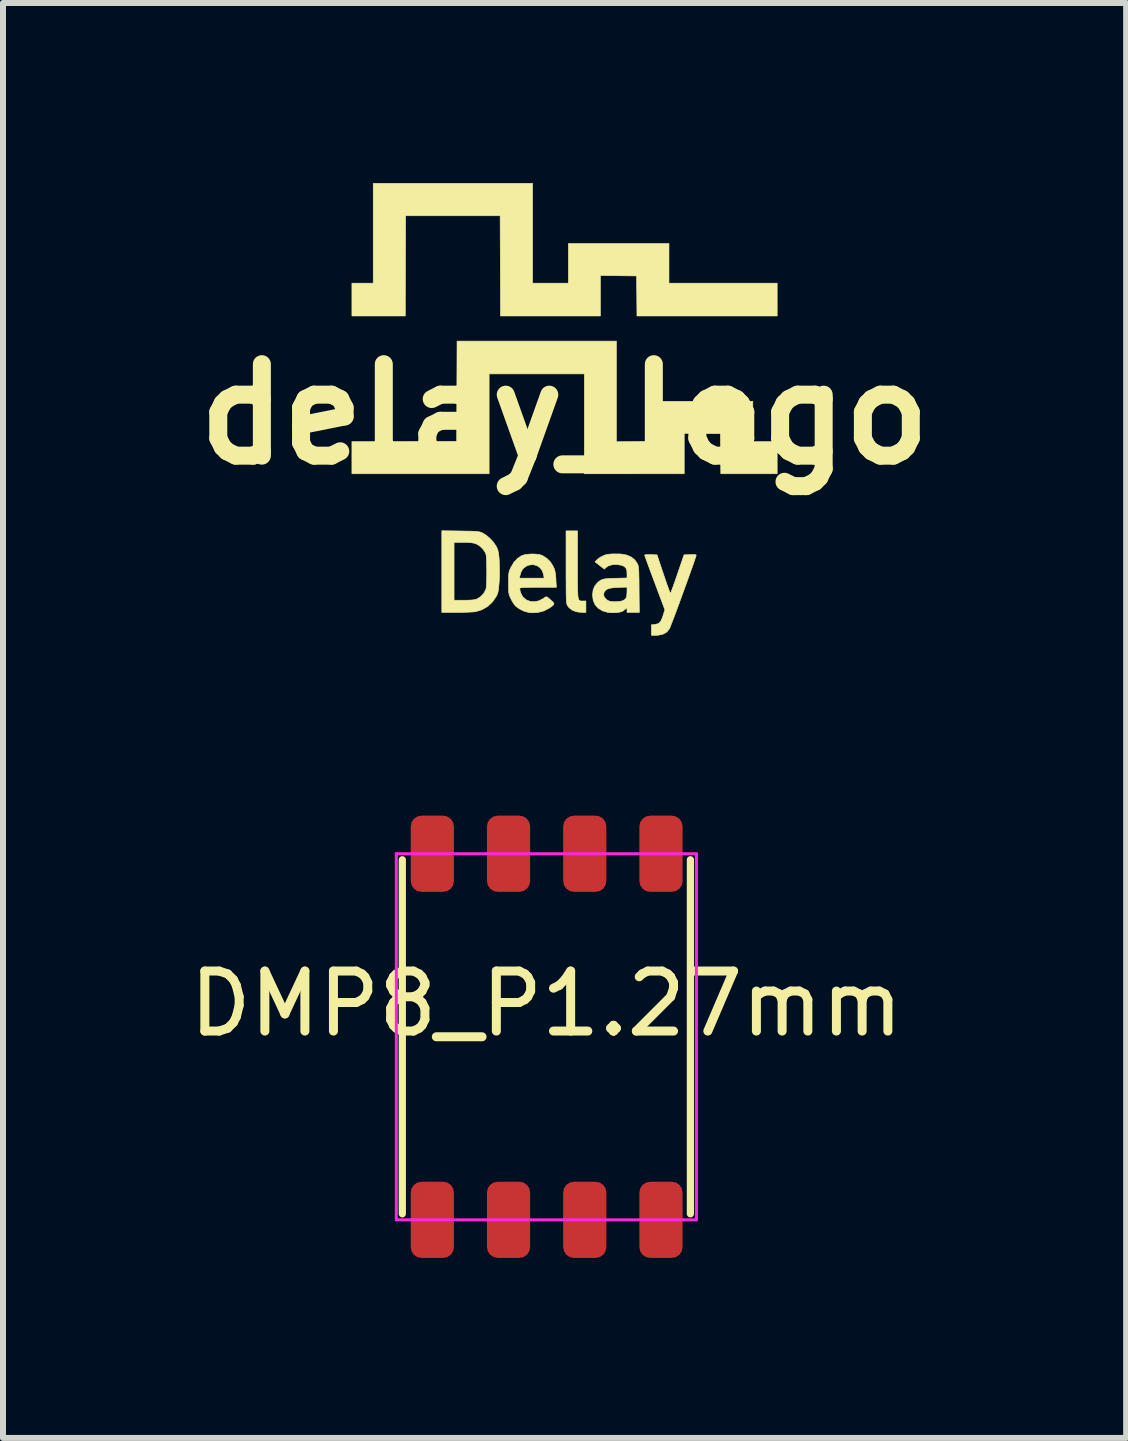
<source format=kicad_pcb>
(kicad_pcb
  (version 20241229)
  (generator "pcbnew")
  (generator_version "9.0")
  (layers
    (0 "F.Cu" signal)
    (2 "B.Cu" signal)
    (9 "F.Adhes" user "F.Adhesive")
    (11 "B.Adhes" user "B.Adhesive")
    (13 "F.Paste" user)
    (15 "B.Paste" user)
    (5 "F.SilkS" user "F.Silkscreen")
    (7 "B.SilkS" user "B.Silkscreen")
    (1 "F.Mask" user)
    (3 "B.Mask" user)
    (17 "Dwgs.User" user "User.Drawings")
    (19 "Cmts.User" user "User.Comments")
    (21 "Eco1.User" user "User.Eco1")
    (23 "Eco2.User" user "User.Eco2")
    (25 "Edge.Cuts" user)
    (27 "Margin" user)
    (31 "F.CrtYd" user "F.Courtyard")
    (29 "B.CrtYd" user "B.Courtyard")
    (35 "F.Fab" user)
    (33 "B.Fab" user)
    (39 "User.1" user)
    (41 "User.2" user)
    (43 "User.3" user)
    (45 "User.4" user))
  (footprint "delay_logo"
    (layer "F.Cu")
    (at 6.357 3.853)
    (property "Reference" "delay_logo" (at 0 0 0) (layer "F.SilkS") (effects (font (size 1.524 1.524) (thickness 0.3))))
    (attr through_hole)
    (fp_poly (pts (xy -0.533 -2.184) (xy 0.064 -2.184) (xy 0.064 -2.845) (xy 1.74 -2.845) (xy 1.74 -2.184) (xy 3.543 -2.184) (xy 3.543 -1.638) (xy 1.207 -1.638) (xy 1.204 -1.972) (xy 1.2 -2.305) (xy 0.597 -2.312) (xy 0.597 -1.638) (xy -1.067 -1.638) (xy -1.073 -3.308) (xy -2.648 -3.308) (xy -2.651 -2.473) (xy -2.654 -1.638) (xy -3.543 -1.638) (xy -3.543 -2.184) (xy -3.188 -2.184) (xy -3.188 -3.848) (xy -0.533 -3.848) (xy -0.533 -2.184)) (stroke (width 0.01) (type solid)) (fill yes) (layer "F.SilkS"))
    (fp_poly (pts (xy 0.864 0.458) (xy 1.454 0.451) (xy 1.458 0.117) (xy 1.461 -0.216) (xy 3.137 -0.216) (xy 3.137 0.457) (xy 3.543 0.457) (xy 3.543 0.991) (xy 2.604 0.991) (xy 2.601 0.657) (xy 2.597 0.324) (xy 1.994 0.317) (xy 1.994 0.991) (xy 0.33 0.991) (xy 0.33 -0.673) (xy -1.257 -0.673) (xy -1.257 0.991) (xy -3.543 0.991) (xy -3.543 0.457) (xy -2.67 0.454) (xy -1.797 0.451) (xy -1.791 -1.219) (xy 0.864 -1.219) (xy 0.864 0.458)) (stroke (width 0.01) (type solid)) (fill yes) (layer "F.SilkS"))
    (fp_poly (pts (xy 0.216 2.507) (xy 0.216 2.647) (xy 0.216 2.763) (xy 0.217 2.858) (xy 0.218 2.934) (xy 0.221 2.993) (xy 0.224 3.038) (xy 0.23 3.069) (xy 0.238 3.09) (xy 0.248 3.103) (xy 0.261 3.109) (xy 0.276 3.112) (xy 0.295 3.112) (xy 0.306 3.111) (xy 0.356 3.111) (xy 0.356 3.302) (xy 0.295 3.301) (xy 0.249 3.298) (xy 0.206 3.292) (xy 0.195 3.29) (xy 0.128 3.264) (xy 0.076 3.224) (xy 0.049 3.188) (xy 0.044 3.176) (xy 0.039 3.162) (xy 0.035 3.144) (xy 0.032 3.118) (xy 0.03 3.084) (xy 0.028 3.038) (xy 0.027 2.978) (xy 0.026 2.902) (xy 0.026 2.808) (xy 0.025 2.693) (xy 0.025 2.555) (xy 0.025 1.943) (xy 0.216 1.943) (xy 0.216 2.507)) (stroke (width 0.01) (type solid)) (fill yes) (layer "F.SilkS"))
    (fp_poly (pts (xy 2.176 2.339) (xy 2.191 2.343) (xy 2.193 2.351) (xy 2.19 2.365) (xy 2.175 2.41) (xy 2.154 2.472) (xy 2.127 2.549) (xy 2.095 2.638) (xy 2.06 2.736) (xy 2.023 2.839) (xy 1.984 2.946) (xy 1.945 3.053) (xy 1.907 3.158) (xy 1.87 3.257) (xy 1.836 3.348) (xy 1.806 3.427) (xy 1.781 3.492) (xy 1.762 3.54) (xy 1.75 3.569) (xy 1.748 3.574) (xy 1.703 3.629) (xy 1.642 3.664) (xy 1.565 3.681) (xy 1.526 3.683) (xy 1.448 3.683) (xy 1.448 3.509) (xy 1.506 3.502) (xy 1.549 3.493) (xy 1.58 3.476) (xy 1.605 3.445) (xy 1.627 3.397) (xy 1.642 3.353) (xy 1.672 3.257) (xy 1.503 2.807) (xy 1.465 2.705) (xy 1.43 2.611) (xy 1.399 2.527) (xy 1.373 2.456) (xy 1.353 2.401) (xy 1.34 2.363) (xy 1.334 2.346) (xy 1.334 2.346) (xy 1.345 2.342) (xy 1.376 2.339) (xy 1.421 2.339) (xy 1.437 2.339) (xy 1.541 2.343) (xy 1.648 2.664) (xy 1.677 2.749) (xy 1.703 2.826) (xy 1.727 2.891) (xy 1.745 2.941) (xy 1.758 2.973) (xy 1.764 2.985) (xy 1.77 2.973) (xy 1.783 2.94) (xy 1.802 2.89) (xy 1.825 2.825) (xy 1.852 2.749) (xy 1.881 2.664) (xy 1.991 2.343) (xy 2.095 2.339) (xy 2.146 2.338) (xy 2.176 2.339)) (stroke (width 0.01) (type solid)) (fill yes) (layer "F.SilkS"))
    (fp_poly (pts (xy -1.737 1.945) (xy -1.639 1.947) (xy -1.564 1.948) (xy -1.506 1.95) (xy -1.463 1.953) (xy -1.431 1.957) (xy -1.406 1.963) (xy -1.385 1.97) (xy -1.368 1.977) (xy -1.303 2.017) (xy -1.238 2.073) (xy -1.18 2.138) (xy -1.137 2.204) (xy -1.136 2.205) (xy -1.12 2.239) (xy -1.109 2.273) (xy -1.101 2.312) (xy -1.094 2.364) (xy -1.088 2.433) (xy -1.088 2.443) (xy -1.083 2.665) (xy -1.089 2.789) (xy -1.095 2.863) (xy -1.101 2.918) (xy -1.108 2.958) (xy -1.117 2.99) (xy -1.129 3.018) (xy -1.139 3.037) (xy -1.201 3.127) (xy -1.28 3.201) (xy -1.373 3.255) (xy -1.474 3.287) (xy -1.479 3.288) (xy -1.516 3.293) (xy -1.572 3.296) (xy -1.643 3.299) (xy -1.723 3.301) (xy -1.799 3.302) (xy -2.045 3.302) (xy -2.045 2.134) (xy -1.841 2.134) (xy -1.841 3.099) (xy -1.673 3.099) (xy -1.598 3.098) (xy -1.543 3.095) (xy -1.503 3.09) (xy -1.472 3.082) (xy -1.454 3.075) (xy -1.398 3.039) (xy -1.349 2.988) (xy -1.316 2.931) (xy -1.309 2.912) (xy -1.304 2.88) (xy -1.3 2.829) (xy -1.298 2.762) (xy -1.296 2.686) (xy -1.296 2.606) (xy -1.297 2.527) (xy -1.299 2.454) (xy -1.302 2.393) (xy -1.306 2.348) (xy -1.309 2.332) (xy -1.329 2.289) (xy -1.365 2.241) (xy -1.383 2.223) (xy -1.421 2.189) (xy -1.46 2.165) (xy -1.507 2.148) (xy -1.564 2.139) (xy -1.639 2.134) (xy -1.701 2.134) (xy -1.841 2.134) (xy -2.045 2.134) (xy -2.045 1.941) (xy -1.737 1.945)) (stroke (width 0.01) (type solid)) (fill yes) (layer "F.SilkS"))
    (fp_poly (pts (xy -0.469 2.331) (xy -0.409 2.34) (xy -0.368 2.354) (xy -0.291 2.405) (xy -0.233 2.463) (xy -0.191 2.531) (xy -0.172 2.572) (xy -0.16 2.611) (xy -0.152 2.654) (xy -0.146 2.712) (xy -0.144 2.746) (xy -0.136 2.883) (xy -0.435 2.883) (xy -0.532 2.883) (xy -0.613 2.885) (xy -0.677 2.887) (xy -0.72 2.89) (xy -0.741 2.894) (xy -0.743 2.895) (xy -0.745 2.919) (xy -0.737 2.956) (xy -0.721 2.998) (xy -0.699 3.037) (xy -0.689 3.049) (xy -0.636 3.094) (xy -0.571 3.119) (xy -0.5 3.124) (xy -0.426 3.108) (xy -0.355 3.071) (xy -0.345 3.064) (xy -0.325 3.049) (xy -0.309 3.042) (xy -0.293 3.044) (xy -0.272 3.058) (xy -0.24 3.086) (xy -0.207 3.116) (xy -0.184 3.139) (xy -0.176 3.158) (xy -0.185 3.177) (xy -0.212 3.2) (xy -0.25 3.227) (xy -0.342 3.276) (xy -0.445 3.303) (xy -0.55 3.308) (xy -0.6 3.302) (xy -0.674 3.281) (xy -0.747 3.246) (xy -0.807 3.203) (xy -0.817 3.194) (xy -0.842 3.163) (xy -0.871 3.118) (xy -0.894 3.073) (xy -0.91 3.04) (xy -0.921 3.011) (xy -0.928 2.981) (xy -0.931 2.946) (xy -0.933 2.898) (xy -0.933 2.831) (xy -0.933 2.813) (xy -0.933 2.742) (xy -0.933 2.731) (xy -0.751 2.731) (xy -0.34 2.731) (xy -0.348 2.677) (xy -0.37 2.609) (xy -0.409 2.557) (xy -0.461 2.521) (xy -0.523 2.506) (xy -0.589 2.512) (xy -0.635 2.53) (xy -0.686 2.566) (xy -0.721 2.619) (xy -0.743 2.689) (xy -0.751 2.731) (xy -0.933 2.731) (xy -0.932 2.69) (xy -0.929 2.652) (xy -0.923 2.622) (xy -0.913 2.593) (xy -0.898 2.561) (xy -0.894 2.553) (xy -0.844 2.467) (xy -0.783 2.402) (xy -0.719 2.359) (xy -0.672 2.342) (xy -0.609 2.332) (xy -0.539 2.328) (xy -0.469 2.331)) (stroke (width 0.01) (type solid)) (fill yes) (layer "F.SilkS"))
    (fp_poly (pts (xy 0.936 2.328) (xy 1.031 2.345) (xy 1.107 2.376) (xy 1.167 2.423) (xy 1.206 2.477) (xy 1.215 2.494) (xy 1.223 2.509) (xy 1.228 2.528) (xy 1.232 2.552) (xy 1.235 2.584) (xy 1.238 2.629) (xy 1.239 2.687) (xy 1.241 2.764) (xy 1.242 2.862) (xy 1.242 2.918) (xy 1.246 3.302) (xy 1.041 3.302) (xy 1.041 3.221) (xy 1.013 3.247) (xy 0.983 3.271) (xy 0.959 3.286) (xy 0.924 3.296) (xy 0.873 3.304) (xy 0.815 3.307) (xy 0.758 3.306) (xy 0.723 3.302) (xy 0.634 3.276) (xy 0.563 3.233) (xy 0.51 3.175) (xy 0.478 3.102) (xy 0.467 3.017) (xy 0.468 3.005) (xy 0.65 3.005) (xy 0.663 3.048) (xy 0.699 3.087) (xy 0.71 3.095) (xy 0.741 3.112) (xy 0.777 3.121) (xy 0.826 3.124) (xy 0.84 3.124) (xy 0.893 3.122) (xy 0.941 3.115) (xy 0.971 3.106) (xy 1.006 3.086) (xy 1.028 3.059) (xy 1.038 3.017) (xy 1.041 2.958) (xy 1.041 2.88) (xy 0.899 2.885) (xy 0.817 2.89) (xy 0.757 2.899) (xy 0.713 2.913) (xy 0.683 2.933) (xy 0.662 2.96) (xy 0.661 2.961) (xy 0.65 3.005) (xy 0.468 3.005) (xy 0.475 2.933) (xy 0.501 2.866) (xy 0.541 2.815) (xy 0.571 2.787) (xy 0.6 2.767) (xy 0.632 2.752) (xy 0.673 2.743) (xy 0.726 2.737) (xy 0.798 2.734) (xy 0.848 2.733) (xy 1.041 2.728) (xy 1.041 2.653) (xy 1.037 2.596) (xy 1.019 2.557) (xy 0.986 2.531) (xy 0.944 2.515) (xy 0.868 2.503) (xy 0.795 2.507) (xy 0.732 2.526) (xy 0.691 2.553) (xy 0.663 2.58) (xy 0.508 2.459) (xy 0.536 2.429) (xy 0.564 2.405) (xy 0.604 2.378) (xy 0.629 2.365) (xy 0.664 2.349) (xy 0.7 2.338) (xy 0.744 2.331) (xy 0.805 2.327) (xy 0.821 2.327) (xy 0.936 2.328)) (stroke (width 0.01) (type solid)) (fill yes) (layer "F.SilkS")))
  (footprint "DMP8_P1.27mm"
    (layer "F.Cu")
    (at 4.154 17.276)
    (property "Reference" "DMP8_P1.27mm" (at 1.9 -3.6 0) (unlocked yes) (layer "F.SilkS") (effects (font (size 1 1) (thickness 0.15))))
    (attr smd)
    (fp_line (start -0.5 -6) (end -0.5 -0.1) (stroke (width 0.12) (type default)) (layer "F.SilkS"))
    (fp_line (start 4.3 -6) (end 4.3 -0.1) (stroke (width 0.12) (type default)) (layer "F.SilkS"))
    (fp_line (start -0.6 -6.1) (end 4.4 -6.1) (stroke (width 0.05) (type default)) (layer "F.CrtYd"))
    (fp_line (start -0.6 0) (end -0.6 -6.1) (stroke (width 0.05) (type default)) (layer "F.CrtYd"))
    (fp_line (start 4.4 -6.1) (end 4.4 0) (stroke (width 0.05) (type default)) (layer "F.CrtYd"))
    (fp_line (start 4.4 0) (end -0.6 0) (stroke (width 0.05) (type default)) (layer "F.CrtYd"))
    (pad "1" smd roundrect (at 0 0) (size 0.72 1.27) (layers "F.Cu" "F.Mask" "F.Paste") (roundrect_rratio 0.25))
    (pad "2" smd roundrect (at 1.27 0) (size 0.72 1.27) (layers "F.Cu" "F.Mask" "F.Paste") (roundrect_rratio 0.25))
    (pad "3" smd roundrect (at 2.54 0) (size 0.72 1.27) (layers "F.Cu" "F.Mask" "F.Paste") (roundrect_rratio 0.25))
    (pad "4" smd roundrect (at 3.81 0) (size 0.72 1.27) (layers "F.Cu" "F.Mask" "F.Paste") (roundrect_rratio 0.25))
    (pad "5" smd roundrect (at 3.81 -6.1) (size 0.72 1.27) (layers "F.Cu" "F.Mask" "F.Paste") (roundrect_rratio 0.25))
    (pad "6" smd roundrect (at 2.54 -6.1) (size 0.72 1.27) (layers "F.Cu" "F.Mask" "F.Paste") (roundrect_rratio 0.25))
    (pad "7" smd roundrect (at 1.27 -6.1) (size 0.72 1.27) (layers "F.Cu" "F.Mask" "F.Paste") (roundrect_rratio 0.25))
    (pad "8" smd roundrect (at 0 -6.1) (size 0.72 1.27) (layers "F.Cu" "F.Mask" "F.Paste") (roundrect_rratio 0.25)))
  (gr_rect
    (start -3 -3)
    (end 15.715 20.911)
    (stroke (width 0.1) (type default))
    (fill no)
    (layer "Edge.Cuts")))
</source>
